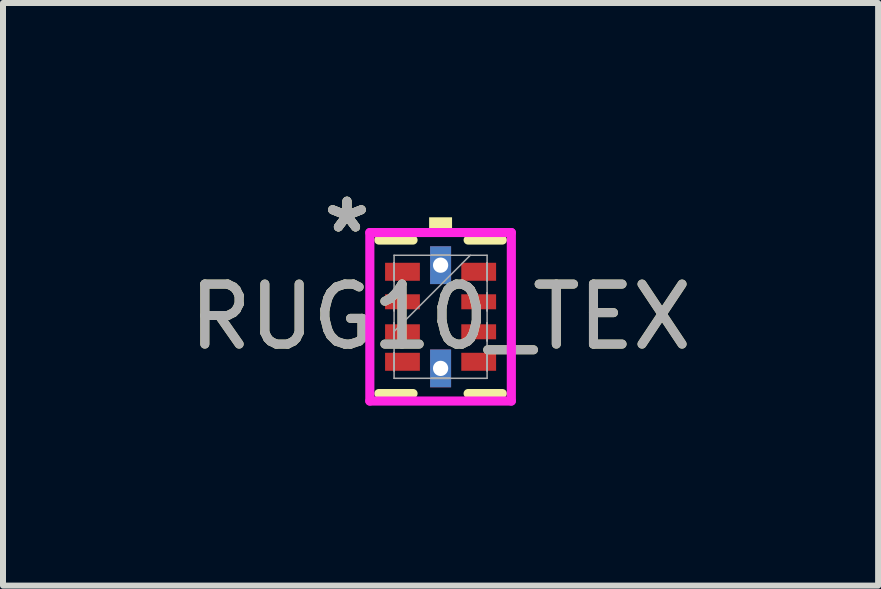
<source format=kicad_pcb>
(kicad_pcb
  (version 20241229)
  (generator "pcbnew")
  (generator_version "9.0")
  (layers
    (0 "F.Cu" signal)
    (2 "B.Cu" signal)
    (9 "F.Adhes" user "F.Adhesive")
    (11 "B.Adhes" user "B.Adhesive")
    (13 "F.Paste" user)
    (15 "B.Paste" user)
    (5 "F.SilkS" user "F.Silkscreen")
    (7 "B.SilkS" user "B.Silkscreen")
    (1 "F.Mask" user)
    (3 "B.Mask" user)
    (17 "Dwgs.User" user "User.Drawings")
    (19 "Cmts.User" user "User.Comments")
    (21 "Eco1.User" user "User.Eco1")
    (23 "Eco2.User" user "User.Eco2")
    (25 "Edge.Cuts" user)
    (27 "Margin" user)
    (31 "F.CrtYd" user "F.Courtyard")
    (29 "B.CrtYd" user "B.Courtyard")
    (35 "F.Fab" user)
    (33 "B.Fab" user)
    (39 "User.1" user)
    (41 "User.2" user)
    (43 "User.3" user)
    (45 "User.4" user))
  (footprint "RUG10_TEX"
    (layer "F.Cu")
    (at 4.292 2.229)
    (property "Reference" "RUG10_TEX" (at 0 0 0) (unlocked yes) (layer "F.SilkS") (effects (font (size 1 1) (thickness 0.15))))
    (attr smd)
    (fp_poly (pts (xy -0.975 -0.95) (xy -0.975 -0.55) (xy -0.295 -0.55) (xy -0.295 -0.95)) (stroke (width 0) (type solid)) (fill yes) (layer "F.Mask"))
    (fp_poly (pts (xy -0.975 -0.45) (xy -0.975 -0.05) (xy -0.295 -0.05) (xy -0.295 -0.45)) (stroke (width 0) (type solid)) (fill yes) (layer "F.Mask"))
    (fp_poly (pts (xy -0.975 0.05) (xy -0.975 0.45) (xy -0.295 0.45) (xy -0.295 0.05)) (stroke (width 0) (type solid)) (fill yes) (layer "F.Mask"))
    (fp_poly (pts (xy -0.975 0.55) (xy -0.975 0.95) (xy -0.295 0.95) (xy -0.295 0.55)) (stroke (width 0) (type solid)) (fill yes) (layer "F.Mask"))
    (fp_poly (pts (xy -0.2 -1.2) (xy -0.2 -0.52) (xy 0.2 -0.52) (xy 0.2 -1.2)) (stroke (width 0) (type solid)) (fill yes) (layer "F.Mask"))
    (fp_poly (pts (xy -0.2 0.52) (xy -0.2 1.2) (xy 0.2 1.2) (xy 0.2 0.52)) (stroke (width 0) (type solid)) (fill yes) (layer "F.Mask"))
    (fp_poly (pts (xy 0.295 -0.95) (xy 0.295 -0.55) (xy 0.975 -0.55) (xy 0.975 -0.95)) (stroke (width 0) (type solid)) (fill yes) (layer "F.Mask"))
    (fp_poly (pts (xy 0.295 -0.45) (xy 0.295 -0.05) (xy 0.975 -0.05) (xy 0.975 -0.45)) (stroke (width 0) (type solid)) (fill yes) (layer "F.Mask"))
    (fp_poly (pts (xy 0.295 0.05) (xy 0.295 0.45) (xy 0.975 0.45) (xy 0.975 0.05)) (stroke (width 0) (type solid)) (fill yes) (layer "F.Mask"))
    (fp_poly (pts (xy 0.295 0.55) (xy 0.295 0.95) (xy 0.975 0.95) (xy 0.975 0.55)) (stroke (width 0) (type solid)) (fill yes) (layer "F.Mask"))
    (fp_line (start -1.029 1.279) (end -0.459 1.279) (stroke (width 0.152) (type solid)) (layer "F.SilkS"))
    (fp_line (start -0.459 -1.279) (end -1.029 -1.279) (stroke (width 0.152) (type solid)) (layer "F.SilkS"))
    (fp_line (start 0.459 1.279) (end 1.029 1.279) (stroke (width 0.152) (type solid)) (layer "F.SilkS"))
    (fp_line (start 1.029 -1.279) (end 0.459 -1.279) (stroke (width 0.152) (type solid)) (layer "F.SilkS"))
    (fp_poly (pts (xy -0.191 -1.404) (xy -0.191 -1.658) (xy 0.191 -1.658) (xy 0.191 -1.404)) (stroke (width 0) (type solid)) (fill yes) (layer "F.SilkS"))
    (fp_poly (pts (xy -0.9 -0.875) (xy -0.9 -0.625) (xy -0.37 -0.625) (xy -0.37 -0.875)) (stroke (width 0) (type solid)) (fill yes) (layer "F.Paste"))
    (fp_poly (pts (xy -0.9 -0.375) (xy -0.9 -0.125) (xy -0.37 -0.125) (xy -0.37 -0.375)) (stroke (width 0) (type solid)) (fill yes) (layer "F.Paste"))
    (fp_poly (pts (xy -0.9 0.125) (xy -0.9 0.375) (xy -0.37 0.375) (xy -0.37 0.125)) (stroke (width 0) (type solid)) (fill yes) (layer "F.Paste"))
    (fp_poly (pts (xy -0.9 0.625) (xy -0.9 0.875) (xy -0.37 0.875) (xy -0.37 0.625)) (stroke (width 0) (type solid)) (fill yes) (layer "F.Paste"))
    (fp_poly (pts (xy -0.125 -1.125) (xy -0.125 -0.595) (xy 0.125 -0.595) (xy 0.125 -1.125)) (stroke (width 0) (type solid)) (fill yes) (layer "F.Paste"))
    (fp_poly (pts (xy -0.125 0.595) (xy -0.125 1.125) (xy 0.125 1.125) (xy 0.125 0.595)) (stroke (width 0) (type solid)) (fill yes) (layer "F.Paste"))
    (fp_poly (pts (xy 0.37 -0.875) (xy 0.37 -0.625) (xy 0.9 -0.625) (xy 0.9 -0.875)) (stroke (width 0) (type solid)) (fill yes) (layer "F.Paste"))
    (fp_poly (pts (xy 0.37 -0.375) (xy 0.37 -0.125) (xy 0.9 -0.125) (xy 0.9 -0.375)) (stroke (width 0) (type solid)) (fill yes) (layer "F.Paste"))
    (fp_poly (pts (xy 0.37 0.125) (xy 0.37 0.375) (xy 0.9 0.375) (xy 0.9 0.125)) (stroke (width 0) (type solid)) (fill yes) (layer "F.Paste"))
    (fp_poly (pts (xy 0.37 0.625) (xy 0.37 0.875) (xy 0.9 0.875) (xy 0.9 0.625)) (stroke (width 0) (type solid)) (fill yes) (layer "F.Paste"))
    (fp_line (start -1.179 -1.404) (end 1.179 -1.404) (stroke (width 0.152) (type solid)) (layer "F.CrtYd"))
    (fp_line (start -1.179 1.404) (end -1.179 -1.404) (stroke (width 0.152) (type solid)) (layer "F.CrtYd"))
    (fp_line (start 1.179 -1.404) (end 1.179 1.404) (stroke (width 0.152) (type solid)) (layer "F.CrtYd"))
    (fp_line (start 1.179 1.404) (end -1.179 1.404) (stroke (width 0.152) (type solid)) (layer "F.CrtYd"))
    (fp_line (start -0.775 -1.025) (end -0.775 1.025) (stroke (width 0.025) (type solid)) (layer "F.Fab"))
    (fp_line (start -0.775 -0.9) (end -0.775 -0.9) (stroke (width 0.025) (type solid)) (layer "F.Fab"))
    (fp_line (start -0.775 -0.9) (end -0.775 -0.6) (stroke (width 0.025) (type solid)) (layer "F.Fab"))
    (fp_line (start -0.775 -0.6) (end -0.775 -0.9) (stroke (width 0.025) (type solid)) (layer "F.Fab"))
    (fp_line (start -0.775 -0.6) (end -0.775 -0.6) (stroke (width 0.025) (type solid)) (layer "F.Fab"))
    (fp_line (start -0.775 -0.4) (end -0.775 -0.4) (stroke (width 0.025) (type solid)) (layer "F.Fab"))
    (fp_line (start -0.775 -0.4) (end -0.775 -0.1) (stroke (width 0.025) (type solid)) (layer "F.Fab"))
    (fp_line (start -0.775 -0.1) (end -0.775 -0.4) (stroke (width 0.025) (type solid)) (layer "F.Fab"))
    (fp_line (start -0.775 -0.1) (end -0.775 -0.1) (stroke (width 0.025) (type solid)) (layer "F.Fab"))
    (fp_line (start -0.775 0.1) (end -0.775 0.1) (stroke (width 0.025) (type solid)) (layer "F.Fab"))
    (fp_line (start -0.775 0.1) (end -0.775 0.4) (stroke (width 0.025) (type solid)) (layer "F.Fab"))
    (fp_line (start -0.775 0.245) (end 0.495 -1.025) (stroke (width 0.025) (type solid)) (layer "F.Fab"))
    (fp_line (start -0.775 0.4) (end -0.775 0.1) (stroke (width 0.025) (type solid)) (layer "F.Fab"))
    (fp_line (start -0.775 0.4) (end -0.775 0.4) (stroke (width 0.025) (type solid)) (layer "F.Fab"))
    (fp_line (start -0.775 0.6) (end -0.775 0.6) (stroke (width 0.025) (type solid)) (layer "F.Fab"))
    (fp_line (start -0.775 0.6) (end -0.775 0.9) (stroke (width 0.025) (type solid)) (layer "F.Fab"))
    (fp_line (start -0.775 0.9) (end -0.775 0.6) (stroke (width 0.025) (type solid)) (layer "F.Fab"))
    (fp_line (start -0.775 0.9) (end -0.775 0.9) (stroke (width 0.025) (type solid)) (layer "F.Fab"))
    (fp_line (start -0.775 1.025) (end 0.775 1.025) (stroke (width 0.025) (type solid)) (layer "F.Fab"))
    (fp_line (start -0.15 -1.025) (end -0.15 -1.025) (stroke (width 0.025) (type solid)) (layer "F.Fab"))
    (fp_line (start -0.15 -1.025) (end 0.15 -1.025) (stroke (width 0.025) (type solid)) (layer "F.Fab"))
    (fp_line (start -0.15 1.025) (end -0.15 1.025) (stroke (width 0.025) (type solid)) (layer "F.Fab"))
    (fp_line (start -0.15 1.025) (end 0.15 1.025) (stroke (width 0.025) (type solid)) (layer "F.Fab"))
    (fp_line (start 0.15 -1.025) (end -0.15 -1.025) (stroke (width 0.025) (type solid)) (layer "F.Fab"))
    (fp_line (start 0.15 -1.025) (end 0.15 -1.025) (stroke (width 0.025) (type solid)) (layer "F.Fab"))
    (fp_line (start 0.15 1.025) (end -0.15 1.025) (stroke (width 0.025) (type solid)) (layer "F.Fab"))
    (fp_line (start 0.15 1.025) (end 0.15 1.025) (stroke (width 0.025) (type solid)) (layer "F.Fab"))
    (fp_line (start 0.775 -1.025) (end -0.775 -1.025) (stroke (width 0.025) (type solid)) (layer "F.Fab"))
    (fp_line (start 0.775 -0.9) (end 0.775 -0.9) (stroke (width 0.025) (type solid)) (layer "F.Fab"))
    (fp_line (start 0.775 -0.9) (end 0.775 -0.6) (stroke (width 0.025) (type solid)) (layer "F.Fab"))
    (fp_line (start 0.775 -0.6) (end 0.775 -0.9) (stroke (width 0.025) (type solid)) (layer "F.Fab"))
    (fp_line (start 0.775 -0.6) (end 0.775 -0.6) (stroke (width 0.025) (type solid)) (layer "F.Fab"))
    (fp_line (start 0.775 -0.4) (end 0.775 -0.4) (stroke (width 0.025) (type solid)) (layer "F.Fab"))
    (fp_line (start 0.775 -0.4) (end 0.775 -0.1) (stroke (width 0.025) (type solid)) (layer "F.Fab"))
    (fp_line (start 0.775 -0.1) (end 0.775 -0.4) (stroke (width 0.025) (type solid)) (layer "F.Fab"))
    (fp_line (start 0.775 -0.1) (end 0.775 -0.1) (stroke (width 0.025) (type solid)) (layer "F.Fab"))
    (fp_line (start 0.775 0.1) (end 0.775 0.1) (stroke (width 0.025) (type solid)) (layer "F.Fab"))
    (fp_line (start 0.775 0.1) (end 0.775 0.4) (stroke (width 0.025) (type solid)) (layer "F.Fab"))
    (fp_line (start 0.775 0.4) (end 0.775 0.1) (stroke (width 0.025) (type solid)) (layer "F.Fab"))
    (fp_line (start 0.775 0.4) (end 0.775 0.4) (stroke (width 0.025) (type solid)) (layer "F.Fab"))
    (fp_line (start 0.775 0.6) (end 0.775 0.6) (stroke (width 0.025) (type solid)) (layer "F.Fab"))
    (fp_line (start 0.775 0.6) (end 0.775 0.9) (stroke (width 0.025) (type solid)) (layer "F.Fab"))
    (fp_line (start 0.775 0.9) (end 0.775 0.6) (stroke (width 0.025) (type solid)) (layer "F.Fab"))
    (fp_line (start 0.775 0.9) (end 0.775 0.9) (stroke (width 0.025) (type solid)) (layer "F.Fab"))
    (fp_line (start 0.775 1.025) (end 0.775 -1.025) (stroke (width 0.025) (type solid)) (layer "F.Fab"))
    (fp_text user "*" (at -1.56 -1.381 0) (unlocked yes) (layer "F.SilkS") (effects (font (size 1 1) (thickness 0.15))))
    (fp_text user "*" (at -1.56 -1.381 0) (layer "F.SilkS") (effects (font (size 1 1) (thickness 0.15))))
    (fp_text user "*" (at -1.56 -1.381 0) (layer "F.Fab") (effects (font (size 1 1) (thickness 0.15))))
    (fp_text user "${REFERENCE}" (at 0 0 0) (unlocked yes) (layer "F.Fab") (effects (font (size 1 1) (thickness 0.15))))
    (fp_text user "*" (at -1.56 -1.381 0) (unlocked yes) (layer "F.Fab") (effects (font (size 1 1) (thickness 0.15))))
    (pad "1" smd rect (at -0.635 -0.75 90) (size 0.3 0.58) (layers "F.Cu" "F.Mask"))
    (pad "2" smd rect (at -0.635 -0.25 90) (size 0.25 0.58) (layers "F.Cu" "F.Mask" "F.Paste"))
    (pad "3" smd rect (at -0.635 0.25 90) (size 0.25 0.58) (layers "F.Cu" "F.Mask" "F.Paste"))
    (pad "4" smd rect (at -0.635 0.75 90) (size 0.3 0.58) (layers "F.Cu" "F.Mask"))
    (pad "5" thru_hole rect (at 0 0.86) (size 0.35 0.63) (drill 0.254) (layers "*.Cu" "*.Mask"))
    (pad "6" smd rect (at 0.635 0.75 90) (size 0.3 0.58) (layers "F.Cu" "F.Mask"))
    (pad "7" smd rect (at 0.635 0.25 90) (size 0.25 0.58) (layers "F.Cu" "F.Mask" "F.Paste"))
    (pad "8" smd rect (at 0.635 -0.25 90) (size 0.25 0.58) (layers "F.Cu" "F.Mask" "F.Paste"))
    (pad "9" smd rect (at 0.635 -0.75 90) (size 0.3 0.58) (layers "F.Cu" "F.Mask"))
    (pad "10" thru_hole rect (at 0 -0.86) (size 0.35 0.63) (drill 0.254) (layers "*.Cu" "*.Mask")))
  (gr_rect
    (start -3 -3)
    (end 11.583 6.709)
    (stroke (width 0.1) (type default))
    (fill no)
    (layer "Edge.Cuts")))
</source>
